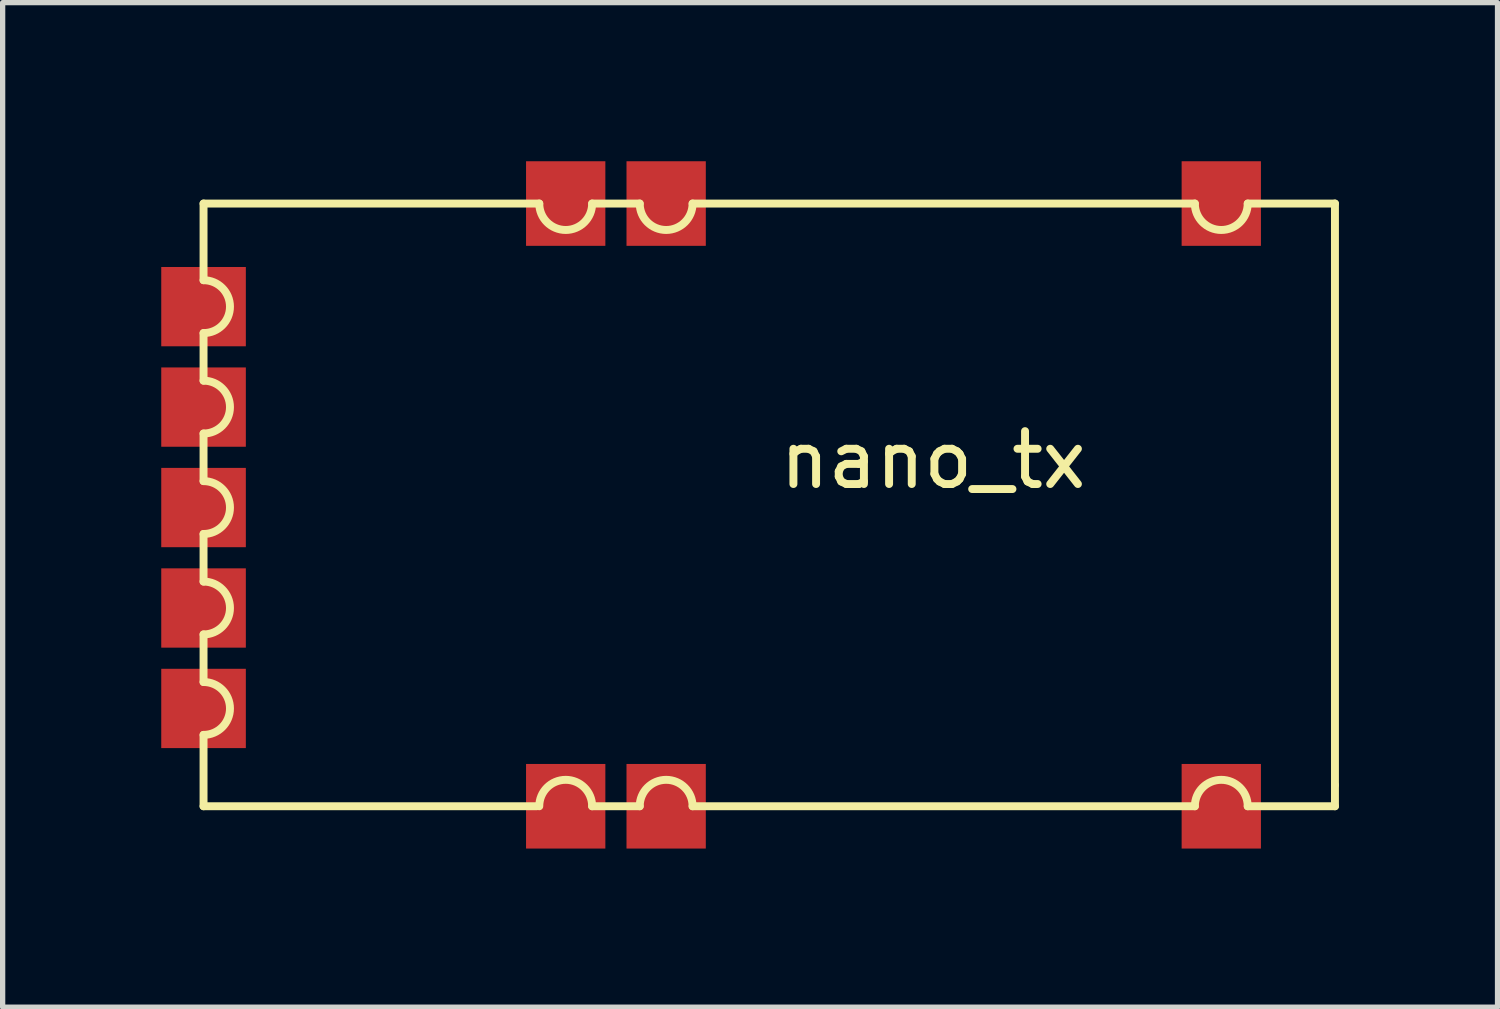
<source format=kicad_pcb>
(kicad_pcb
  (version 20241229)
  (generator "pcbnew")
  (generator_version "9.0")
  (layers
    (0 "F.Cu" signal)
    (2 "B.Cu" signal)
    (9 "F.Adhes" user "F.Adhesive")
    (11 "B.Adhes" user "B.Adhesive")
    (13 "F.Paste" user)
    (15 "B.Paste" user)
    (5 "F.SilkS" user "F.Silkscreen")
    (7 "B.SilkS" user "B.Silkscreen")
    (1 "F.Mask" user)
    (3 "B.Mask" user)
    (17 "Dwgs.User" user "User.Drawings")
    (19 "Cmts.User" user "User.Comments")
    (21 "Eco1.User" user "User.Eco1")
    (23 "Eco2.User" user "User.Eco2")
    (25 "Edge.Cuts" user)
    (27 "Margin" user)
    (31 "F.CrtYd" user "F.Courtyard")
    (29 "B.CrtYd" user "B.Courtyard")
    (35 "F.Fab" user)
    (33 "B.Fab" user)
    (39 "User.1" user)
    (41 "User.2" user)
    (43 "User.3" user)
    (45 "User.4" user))
  (footprint "nano_tx"
    (layer "F.Cu")
    (at 0.8 0.8)
    (property "Reference" "nano_tx" (at 13.8 4.85 0) (layer "F.SilkS") (effects (font (size 1 1) (thickness 0.15))))
    (attr through_hole)
    (fp_line (start 0 0) (end 0 1.45) (stroke (width 0.15) (type solid)) (layer "F.SilkS"))
    (fp_line (start 0 3.35) (end 0 2.45) (stroke (width 0.15) (type solid)) (layer "F.SilkS"))
    (fp_line (start 0 4.35) (end 0 5.25) (stroke (width 0.15) (type solid)) (layer "F.SilkS"))
    (fp_line (start 0 7.15) (end 0 6.25) (stroke (width 0.15) (type solid)) (layer "F.SilkS"))
    (fp_line (start 0 9.05) (end 0 8.15) (stroke (width 0.15) (type solid)) (layer "F.SilkS"))
    (fp_line (start 0 11.4) (end 0 10.05) (stroke (width 0.15) (type solid)) (layer "F.SilkS"))
    (fp_line (start 6.3 11.4) (end 0 11.4) (stroke (width 0.15) (type solid)) (layer "F.SilkS"))
    (fp_line (start 6.35 0) (end 0 0) (stroke (width 0.15) (type solid)) (layer "F.SilkS"))
    (fp_line (start 7.35 0) (end 8.25 0) (stroke (width 0.15) (type solid)) (layer "F.SilkS"))
    (fp_line (start 7.35 11.4) (end 8.25 11.4) (stroke (width 0.15) (type solid)) (layer "F.SilkS"))
    (fp_line (start 9.25 0) (end 18.75 0) (stroke (width 0.15) (type solid)) (layer "F.SilkS"))
    (fp_line (start 9.25 11.4) (end 18.75 11.4) (stroke (width 0.15) (type solid)) (layer "F.SilkS"))
    (fp_line (start 19.75 11.4) (end 21.4 11.4) (stroke (width 0.15) (type solid)) (layer "F.SilkS"))
    (fp_line (start 21.4 0) (end 19.75 0) (stroke (width 0.15) (type solid)) (layer "F.SilkS"))
    (fp_line (start 21.4 0) (end 21.4 11) (stroke (width 0.15) (type solid)) (layer "F.SilkS"))
    (fp_line (start 21.4 11.4) (end 21.4 11) (stroke (width 0.15) (type solid)) (layer "F.SilkS"))
    (fp_arc (start 0 1.45) (mid 0.5 1.95) (end 0 2.45) (stroke (width 0.15) (type solid)) (layer "F.SilkS"))
    (fp_arc (start 0 3.35) (mid 0.5 3.85) (end 0 4.35) (stroke (width 0.15) (type solid)) (layer "F.SilkS"))
    (fp_arc (start 0 5.25) (mid 0.5 5.75) (end 0 6.25) (stroke (width 0.15) (type solid)) (layer "F.SilkS"))
    (fp_arc (start 0 7.15) (mid 0.5 7.65) (end 0 8.15) (stroke (width 0.15) (type solid)) (layer "F.SilkS"))
    (fp_arc (start 0 9.05) (mid 0.5 9.55) (end 0 10.05) (stroke (width 0.15) (type solid)) (layer "F.SilkS"))
    (fp_arc (start 6.35 11.4) (mid 6.85 10.9) (end 7.35 11.4) (stroke (width 0.15) (type solid)) (layer "F.SilkS"))
    (fp_arc (start 7.35 0) (mid 6.85 0.5) (end 6.35 0) (stroke (width 0.15) (type solid)) (layer "F.SilkS"))
    (fp_arc (start 8.25 11.4) (mid 8.75 10.9) (end 9.25 11.4) (stroke (width 0.15) (type solid)) (layer "F.SilkS"))
    (fp_arc (start 9.25 0) (mid 8.75 0.5) (end 8.25 0) (stroke (width 0.15) (type solid)) (layer "F.SilkS"))
    (fp_arc (start 18.75 11.4) (mid 19.25 10.9) (end 19.75 11.4) (stroke (width 0.15) (type solid)) (layer "F.SilkS"))
    (fp_arc (start 19.75 0) (mid 19.25 0.5) (end 18.75 0) (stroke (width 0.15) (type solid)) (layer "F.SilkS"))
    (pad "1" smd rect (at 19.25 0) (size 1.5 1.6) (layers "F.Cu" "F.Mask" "F.Paste"))
    (pad "2" smd rect (at 8.75 0) (size 1.5 1.6) (layers "F.Cu" "F.Mask" "F.Paste"))
    (pad "3" smd rect (at 6.85 0) (size 1.5 1.6) (layers "F.Cu" "F.Mask" "F.Paste"))
    (pad "4" smd rect (at 19.25 11.4 180) (size 1.5 1.6) (layers "F.Cu" "F.Mask" "F.Paste"))
    (pad "5" smd rect (at 8.75 11.4 180) (size 1.5 1.6) (layers "F.Cu" "F.Mask" "F.Paste"))
    (pad "6" smd rect (at 6.85 11.4 180) (size 1.5 1.6) (layers "F.Cu" "F.Mask" "F.Paste"))
    (pad "7" smd rect (at 0 1.95 90) (size 1.5 1.6) (layers "F.Cu" "F.Mask" "F.Paste"))
    (pad "8" smd rect (at 0 3.85 90) (size 1.5 1.6) (layers "F.Cu" "F.Mask" "F.Paste"))
    (pad "9" smd rect (at 0 5.75 90) (size 1.5 1.6) (layers "F.Cu" "F.Mask" "F.Paste"))
    (pad "10" smd rect (at 0 7.65 90) (size 1.5 1.6) (layers "F.Cu" "F.Mask" "F.Paste"))
    (pad "11" smd rect (at 0 9.55 90) (size 1.5 1.6) (layers "F.Cu" "F.Mask" "F.Paste")))
  (gr_rect
    (start -3 -3)
    (end 25.275 16)
    (stroke (width 0.1) (type default))
    (fill no)
    (layer "Edge.Cuts")))
</source>
